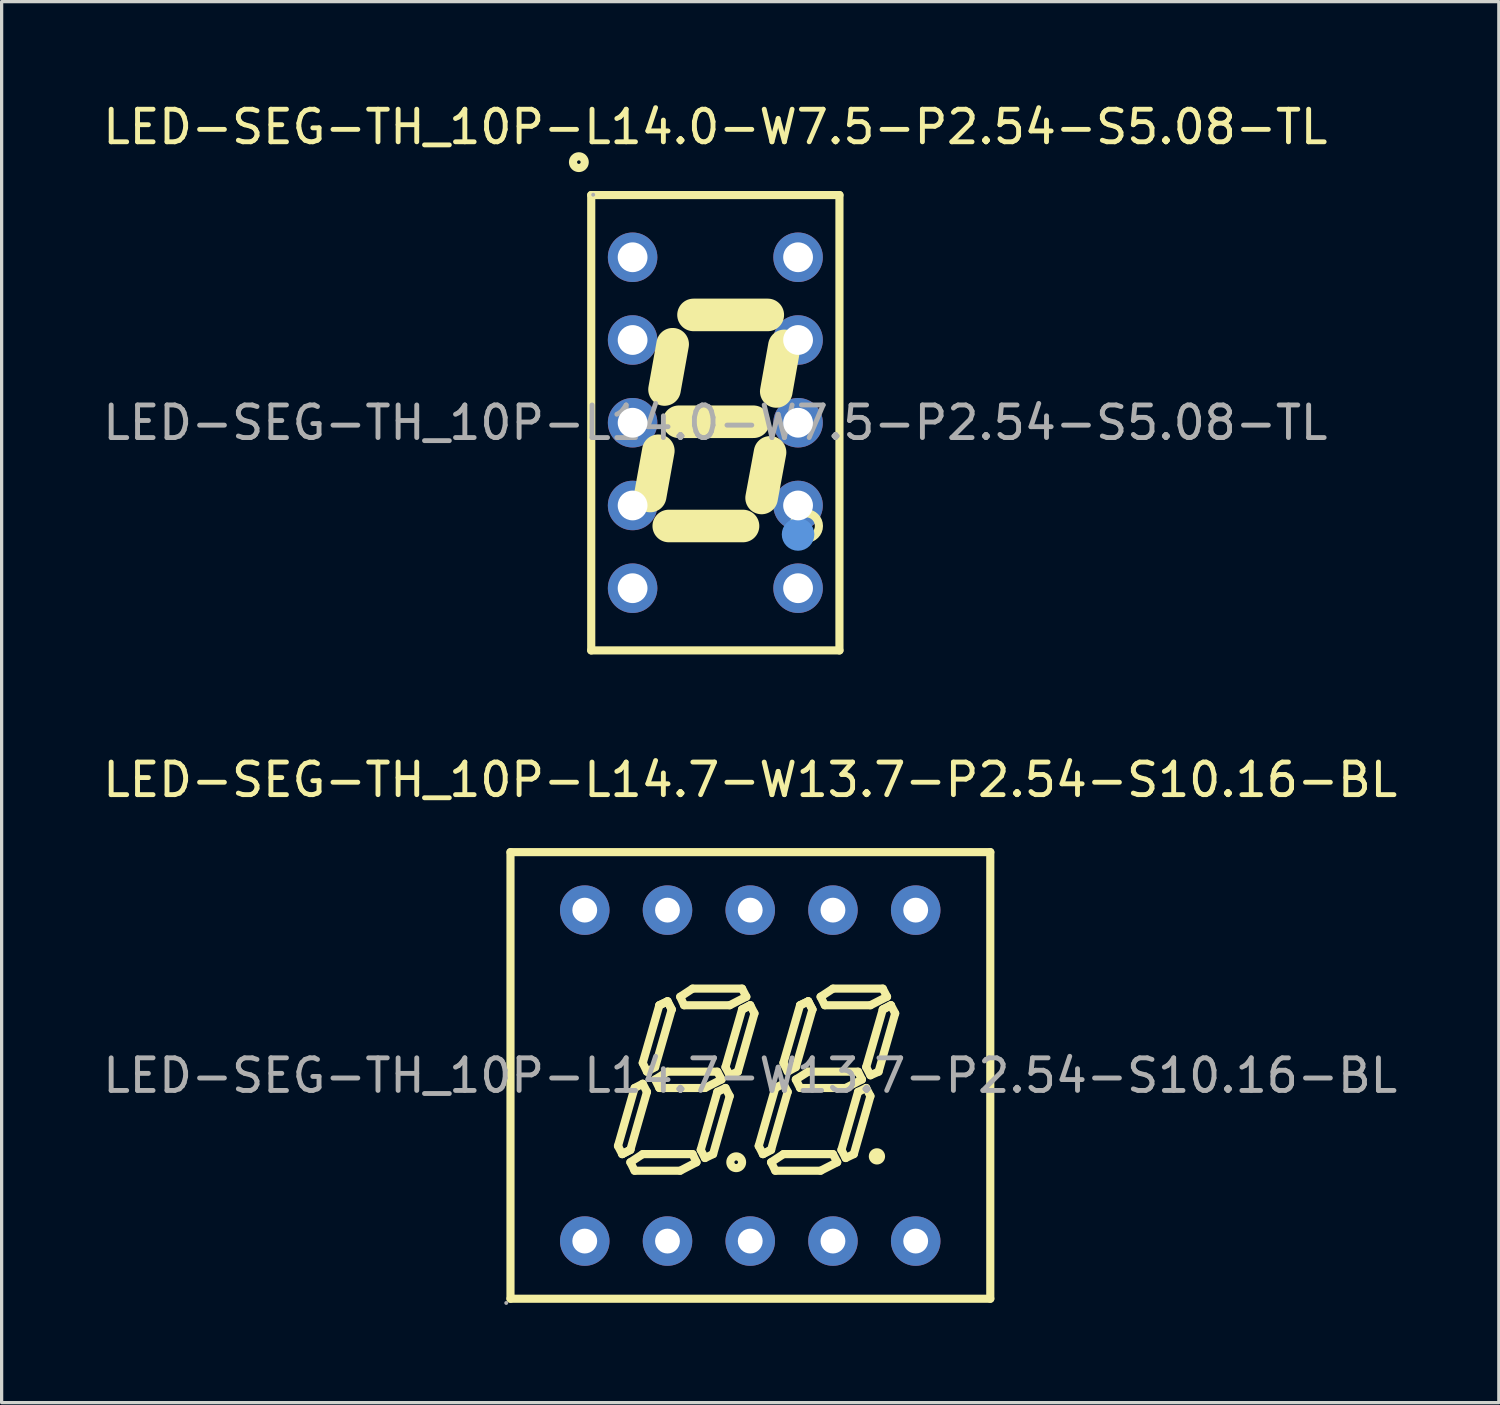
<source format=kicad_pcb>
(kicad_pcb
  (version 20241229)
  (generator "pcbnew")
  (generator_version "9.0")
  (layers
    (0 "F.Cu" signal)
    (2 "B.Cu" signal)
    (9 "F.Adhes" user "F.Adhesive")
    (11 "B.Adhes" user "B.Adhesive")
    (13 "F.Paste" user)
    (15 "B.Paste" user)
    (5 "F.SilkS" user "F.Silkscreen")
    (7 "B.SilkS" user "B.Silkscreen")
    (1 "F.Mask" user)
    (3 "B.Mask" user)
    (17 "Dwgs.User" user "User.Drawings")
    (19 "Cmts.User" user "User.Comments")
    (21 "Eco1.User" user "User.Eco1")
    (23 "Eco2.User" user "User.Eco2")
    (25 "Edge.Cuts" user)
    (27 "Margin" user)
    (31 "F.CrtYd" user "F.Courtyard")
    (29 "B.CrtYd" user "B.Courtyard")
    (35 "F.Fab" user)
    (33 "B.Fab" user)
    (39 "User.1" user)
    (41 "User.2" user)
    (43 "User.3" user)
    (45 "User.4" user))
  (footprint "LED-SEG-TH_10P-L14.0-W7.5-P2.54-S5.08-TL"
    (layer "F.Cu")
    (at 18.911 9.928)
    (property "Reference" "LED-SEG-TH_10P-L14.0-W7.5-P2.54-S5.08-TL" (at 0 -9.08 0) (layer "F.SilkS") (effects (font (size 1 1) (thickness 0.15))))
    (attr through_hole)
    (fp_line (start -3.81 -6.99) (end 3.81 -6.99) (stroke (width 0.25) (type solid)) (layer "F.SilkS"))
    (fp_line (start -3.81 6.99) (end -3.81 -6.99) (stroke (width 0.25) (type solid)) (layer "F.SilkS"))
    (fp_line (start -1.75 0.86) (end -2 2.25) (stroke (width 1) (type solid)) (layer "F.SilkS"))
    (fp_line (start -1.43 3.17) (end 0.85 3.17) (stroke (width 1) (type solid)) (layer "F.SilkS"))
    (fp_line (start -1.31 -2.41) (end -1.56 -1.02) (stroke (width 1) (type solid)) (layer "F.SilkS"))
    (fp_line (start -1.12 -0.03) (end 1.17 -0.03) (stroke (width 1) (type solid)) (layer "F.SilkS"))
    (fp_line (start -0.67 -3.31) (end 1.61 -3.31) (stroke (width 1) (type solid)) (layer "F.SilkS"))
    (fp_line (start 1.68 0.91) (end 1.42 2.31) (stroke (width 1) (type solid)) (layer "F.SilkS"))
    (fp_line (start 2.12 -2.36) (end 1.87 -0.96) (stroke (width 1) (type solid)) (layer "F.SilkS"))
    (fp_line (start 3.81 -6.99) (end 3.81 6.99) (stroke (width 0.25) (type solid)) (layer "F.SilkS"))
    (fp_line (start 3.81 6.99) (end -3.81 6.99) (stroke (width 0.25) (type solid)) (layer "F.SilkS"))
    (fp_circle (center -4.19 -8) (end -4.01 -8) (stroke (width 0.25) (type solid)) (fill no) (layer "F.SilkS"))
    (fp_circle (center 2.79 3.17) (end 3.18 3.17) (stroke (width 0.25) (type solid)) (fill no) (layer "F.SilkS"))
    (fp_circle (center 2.54 3.43) (end 2.79 3.43) (stroke (width 0.5) (type solid)) (fill no) (layer "Cmts.User"))
    (fp_circle (center -3.75 -7) (end -3.72 -7) (stroke (width 0.06) (type solid)) (fill no) (layer "F.Fab"))
    (fp_circle (center -2.54 -5.08) (end -2.43 -5.08) (stroke (width 0.22) (type solid)) (fill no) (layer "F.Fab"))
    (fp_circle (center -2.54 -2.54) (end -2.43 -2.54) (stroke (width 0.22) (type solid)) (fill no) (layer "F.Fab"))
    (fp_circle (center -2.54 0) (end -2.43 0) (stroke (width 0.22) (type solid)) (fill no) (layer "F.Fab"))
    (fp_circle (center -2.54 2.54) (end -2.43 2.54) (stroke (width 0.22) (type solid)) (fill no) (layer "F.Fab"))
    (fp_circle (center -2.54 5.08) (end -2.43 5.08) (stroke (width 0.22) (type solid)) (fill no) (layer "F.Fab"))
    (fp_circle (center 2.54 -5.08) (end 2.65 -5.08) (stroke (width 0.22) (type solid)) (fill no) (layer "F.Fab"))
    (fp_circle (center 2.54 -2.54) (end 2.65 -2.54) (stroke (width 0.22) (type solid)) (fill no) (layer "F.Fab"))
    (fp_circle (center 2.54 0) (end 2.65 0) (stroke (width 0.22) (type solid)) (fill no) (layer "F.Fab"))
    (fp_circle (center 2.54 2.54) (end 2.65 2.54) (stroke (width 0.22) (type solid)) (fill no) (layer "F.Fab"))
    (fp_circle (center 2.54 5.08) (end 2.65 5.08) (stroke (width 0.22) (type solid)) (fill no) (layer "F.Fab"))
    (fp_text user "${REFERENCE}" (at 0 0 0) (layer "F.Fab") (effects (font (size 1 1) (thickness 0.15))))
    (pad "1" thru_hole circle (at -2.54 -5.08 270) (size 1.52 1.52) (drill 0.914) (layers "*.Cu" "*.Paste" "*.Mask"))
    (pad "2" thru_hole circle (at -2.54 -2.54 270) (size 1.52 1.52) (drill 0.914) (layers "*.Cu" "*.Paste" "*.Mask"))
    (pad "3" thru_hole circle (at -2.54 0 270) (size 1.52 1.52) (drill 0.914) (layers "*.Cu" "*.Paste" "*.Mask"))
    (pad "4" thru_hole circle (at -2.54 2.54 270) (size 1.52 1.52) (drill 0.914) (layers "*.Cu" "*.Paste" "*.Mask"))
    (pad "5" thru_hole circle (at -2.54 5.08 270) (size 1.52 1.52) (drill 0.914) (layers "*.Cu" "*.Paste" "*.Mask"))
    (pad "6" thru_hole circle (at 2.54 5.08 270) (size 1.52 1.52) (drill 0.914) (layers "*.Cu" "*.Paste" "*.Mask"))
    (pad "7" thru_hole circle (at 2.54 2.54 270) (size 1.52 1.52) (drill 0.914) (layers "*.Cu" "*.Paste" "*.Mask"))
    (pad "8" thru_hole circle (at 2.54 0 270) (size 1.52 1.52) (drill 0.914) (layers "*.Cu" "*.Paste" "*.Mask"))
    (pad "9" thru_hole circle (at 2.54 -2.54 270) (size 1.52 1.52) (drill 0.914) (layers "*.Cu" "*.Paste" "*.Mask"))
    (pad "10" thru_hole circle (at 2.54 -5.08 270) (size 1.52 1.52) (drill 0.914) (layers "*.Cu" "*.Paste" "*.Mask")))
  (footprint "LED-SEG-TH_10P-L14.7-W13.7-P2.54-S10.16-BL"
    (layer "F.Cu")
    (at 19.982 29.971)
    (property "Reference" "LED-SEG-TH_10P-L14.7-W13.7-P2.54-S10.16-BL" (at 0 -9.08 0) (layer "F.SilkS") (effects (font (size 1 1) (thickness 0.15))))
    (attr through_hole)
    (fp_line (start -7.36 -6.86) (end -7.36 6.85) (stroke (width 0.25) (type solid)) (layer "F.SilkS"))
    (fp_line (start -7.36 6.85) (end 7.37 6.85) (stroke (width 0.25) (type solid)) (layer "F.SilkS"))
    (fp_line (start -4.06 2.16) (end -3.93 2.41) (stroke (width 0.25) (type solid)) (layer "F.SilkS"))
    (fp_line (start -3.93 2.41) (end -3.68 2.28) (stroke (width 0.25) (type solid)) (layer "F.SilkS"))
    (fp_line (start -3.93 2.41) (end -3.68 2.28) (stroke (width 0.25) (type solid)) (layer "F.SilkS"))
    (fp_line (start -3.68 2.28) (end -3.17 0.5) (stroke (width 0.25) (type solid)) (layer "F.SilkS"))
    (fp_line (start -3.68 2.66) (end -3.3 2.41) (stroke (width 0.25) (type solid)) (layer "F.SilkS"))
    (fp_line (start -3.55 0.38) (end -4.06 2.16) (stroke (width 0.25) (type solid)) (layer "F.SilkS"))
    (fp_line (start -3.55 2.92) (end -3.68 2.66) (stroke (width 0.25) (type solid)) (layer "F.SilkS"))
    (fp_line (start -3.3 -0.39) (end -3.17 -0.12) (stroke (width 0.25) (type solid)) (layer "F.SilkS"))
    (fp_line (start -3.3 0.25) (end -3.55 0.38) (stroke (width 0.25) (type solid)) (layer "F.SilkS"))
    (fp_line (start -3.3 2.41) (end -1.77 2.41) (stroke (width 0.25) (type solid)) (layer "F.SilkS"))
    (fp_line (start -3.17 -0.12) (end -2.92 -0.26) (stroke (width 0.25) (type solid)) (layer "F.SilkS"))
    (fp_line (start -3.17 0.5) (end -3.3 0.25) (stroke (width 0.25) (type solid)) (layer "F.SilkS"))
    (fp_line (start -2.92 -0.26) (end -2.41 -2.03) (stroke (width 0.25) (type solid)) (layer "F.SilkS"))
    (fp_line (start -2.92 0.12) (end -2.54 -0.12) (stroke (width 0.25) (type solid)) (layer "F.SilkS"))
    (fp_line (start -2.79 -2.16) (end -3.3 -0.39) (stroke (width 0.25) (type solid)) (layer "F.SilkS"))
    (fp_line (start -2.79 0.38) (end -2.92 0.12) (stroke (width 0.25) (type solid)) (layer "F.SilkS"))
    (fp_line (start -2.54 -2.28) (end -2.79 -2.16) (stroke (width 0.25) (type solid)) (layer "F.SilkS"))
    (fp_line (start -2.54 -2.28) (end -2.79 -2.16) (stroke (width 0.25) (type solid)) (layer "F.SilkS"))
    (fp_line (start -2.54 -0.12) (end -1.01 -0.12) (stroke (width 0.25) (type solid)) (layer "F.SilkS"))
    (fp_line (start -2.41 -2.03) (end -2.54 -2.28) (stroke (width 0.25) (type solid)) (layer "F.SilkS"))
    (fp_line (start -2.41 -2.03) (end -2.54 -2.28) (stroke (width 0.25) (type solid)) (layer "F.SilkS"))
    (fp_line (start -2.15 -2.42) (end -1.77 -2.67) (stroke (width 0.25) (type solid)) (layer "F.SilkS"))
    (fp_line (start -2.15 2.92) (end -3.55 2.92) (stroke (width 0.25) (type solid)) (layer "F.SilkS"))
    (fp_line (start -2.03 -2.16) (end -2.15 -2.42) (stroke (width 0.25) (type solid)) (layer "F.SilkS"))
    (fp_line (start -1.77 -2.67) (end -0.25 -2.67) (stroke (width 0.25) (type solid)) (layer "F.SilkS"))
    (fp_line (start -1.77 2.41) (end -1.65 2.66) (stroke (width 0.25) (type solid)) (layer "F.SilkS"))
    (fp_line (start -1.65 2.66) (end -2.15 2.92) (stroke (width 0.25) (type solid)) (layer "F.SilkS"))
    (fp_line (start -1.52 2.28) (end -1.39 2.53) (stroke (width 0.25) (type solid)) (layer "F.SilkS"))
    (fp_line (start -1.39 0.38) (end -2.79 0.38) (stroke (width 0.25) (type solid)) (layer "F.SilkS"))
    (fp_line (start -1.39 2.53) (end -1.14 2.41) (stroke (width 0.25) (type solid)) (layer "F.SilkS"))
    (fp_line (start -1.14 2.41) (end -0.63 0.63) (stroke (width 0.25) (type solid)) (layer "F.SilkS"))
    (fp_line (start -1.01 -0.12) (end -0.88 0.12) (stroke (width 0.25) (type solid)) (layer "F.SilkS"))
    (fp_line (start -1.01 0.5) (end -1.52 2.28) (stroke (width 0.25) (type solid)) (layer "F.SilkS"))
    (fp_line (start -0.88 0.12) (end -1.39 0.38) (stroke (width 0.25) (type solid)) (layer "F.SilkS"))
    (fp_line (start -0.76 -0.26) (end -0.63 -0.01) (stroke (width 0.25) (type solid)) (layer "F.SilkS"))
    (fp_line (start -0.76 0.38) (end -1.01 0.5) (stroke (width 0.25) (type solid)) (layer "F.SilkS"))
    (fp_line (start -0.63 -2.16) (end -2.03 -2.16) (stroke (width 0.25) (type solid)) (layer "F.SilkS"))
    (fp_line (start -0.63 -0.01) (end -0.38 -0.12) (stroke (width 0.25) (type solid)) (layer "F.SilkS"))
    (fp_line (start -0.63 0.63) (end -0.76 0.38) (stroke (width 0.25) (type solid)) (layer "F.SilkS"))
    (fp_line (start -0.38 -0.12) (end 0.13 -1.91) (stroke (width 0.25) (type solid)) (layer "F.SilkS"))
    (fp_line (start -0.25 -2.67) (end -0.12 -2.42) (stroke (width 0.25) (type solid)) (layer "F.SilkS"))
    (fp_line (start -0.25 -2.03) (end -0.76 -0.26) (stroke (width 0.25) (type solid)) (layer "F.SilkS"))
    (fp_line (start -0.25 -2.03) (end 0 -2.16) (stroke (width 0.25) (type solid)) (layer "F.SilkS"))
    (fp_line (start -0.12 -2.42) (end -0.63 -2.16) (stroke (width 0.25) (type solid)) (layer "F.SilkS"))
    (fp_line (start 0 -2.16) (end -0.25 -2.03) (stroke (width 0.25) (type solid)) (layer "F.SilkS"))
    (fp_line (start 0.13 -1.91) (end 0 -2.16) (stroke (width 0.25) (type solid)) (layer "F.SilkS"))
    (fp_line (start 0.26 2.16) (end 0.39 2.41) (stroke (width 0.25) (type solid)) (layer "F.SilkS"))
    (fp_line (start 0.39 2.41) (end 0.64 2.28) (stroke (width 0.25) (type solid)) (layer "F.SilkS"))
    (fp_line (start 0.39 2.41) (end 0.64 2.28) (stroke (width 0.25) (type solid)) (layer "F.SilkS"))
    (fp_line (start 0.64 2.28) (end 1.15 0.5) (stroke (width 0.25) (type solid)) (layer "F.SilkS"))
    (fp_line (start 0.64 2.66) (end 1.02 2.41) (stroke (width 0.25) (type solid)) (layer "F.SilkS"))
    (fp_line (start 0.77 0.38) (end 0.26 2.16) (stroke (width 0.25) (type solid)) (layer "F.SilkS"))
    (fp_line (start 0.77 2.92) (end 0.64 2.66) (stroke (width 0.25) (type solid)) (layer "F.SilkS"))
    (fp_line (start 1.02 -0.39) (end 1.15 -0.12) (stroke (width 0.25) (type solid)) (layer "F.SilkS"))
    (fp_line (start 1.02 0.25) (end 0.77 0.38) (stroke (width 0.25) (type solid)) (layer "F.SilkS"))
    (fp_line (start 1.02 2.41) (end 2.54 2.41) (stroke (width 0.25) (type solid)) (layer "F.SilkS"))
    (fp_line (start 1.15 -0.12) (end 1.4 -0.26) (stroke (width 0.25) (type solid)) (layer "F.SilkS"))
    (fp_line (start 1.15 0.5) (end 1.02 0.25) (stroke (width 0.25) (type solid)) (layer "F.SilkS"))
    (fp_line (start 1.4 -0.26) (end 1.91 -2.03) (stroke (width 0.25) (type solid)) (layer "F.SilkS"))
    (fp_line (start 1.4 0.12) (end 1.78 -0.12) (stroke (width 0.25) (type solid)) (layer "F.SilkS"))
    (fp_line (start 1.53 -2.16) (end 1.02 -0.39) (stroke (width 0.25) (type solid)) (layer "F.SilkS"))
    (fp_line (start 1.53 -2.16) (end 1.78 -2.28) (stroke (width 0.25) (type solid)) (layer "F.SilkS"))
    (fp_line (start 1.53 0.38) (end 1.4 0.12) (stroke (width 0.25) (type solid)) (layer "F.SilkS"))
    (fp_line (start 1.78 -2.28) (end 1.53 -2.16) (stroke (width 0.25) (type solid)) (layer "F.SilkS"))
    (fp_line (start 1.78 -2.28) (end 1.91 -2.03) (stroke (width 0.25) (type solid)) (layer "F.SilkS"))
    (fp_line (start 1.78 -0.12) (end 3.31 -0.12) (stroke (width 0.25) (type solid)) (layer "F.SilkS"))
    (fp_line (start 1.91 -2.03) (end 1.78 -2.28) (stroke (width 0.25) (type solid)) (layer "F.SilkS"))
    (fp_line (start 2.16 -2.42) (end 2.54 -2.67) (stroke (width 0.25) (type solid)) (layer "F.SilkS"))
    (fp_line (start 2.16 2.92) (end 0.77 2.92) (stroke (width 0.25) (type solid)) (layer "F.SilkS"))
    (fp_line (start 2.29 -2.16) (end 2.16 -2.42) (stroke (width 0.25) (type solid)) (layer "F.SilkS"))
    (fp_line (start 2.54 -2.67) (end 4.07 -2.67) (stroke (width 0.25) (type solid)) (layer "F.SilkS"))
    (fp_line (start 2.54 2.41) (end 2.67 2.66) (stroke (width 0.25) (type solid)) (layer "F.SilkS"))
    (fp_line (start 2.67 2.66) (end 2.16 2.92) (stroke (width 0.25) (type solid)) (layer "F.SilkS"))
    (fp_line (start 2.8 2.28) (end 2.93 2.53) (stroke (width 0.25) (type solid)) (layer "F.SilkS"))
    (fp_line (start 2.93 0.38) (end 1.53 0.38) (stroke (width 0.25) (type solid)) (layer "F.SilkS"))
    (fp_line (start 2.93 2.53) (end 3.18 2.41) (stroke (width 0.25) (type solid)) (layer "F.SilkS"))
    (fp_line (start 3.18 2.41) (end 3.69 0.63) (stroke (width 0.25) (type solid)) (layer "F.SilkS"))
    (fp_line (start 3.31 -0.12) (end 3.43 0.12) (stroke (width 0.25) (type solid)) (layer "F.SilkS"))
    (fp_line (start 3.31 0.5) (end 2.8 2.28) (stroke (width 0.25) (type solid)) (layer "F.SilkS"))
    (fp_line (start 3.43 0.12) (end 2.93 0.38) (stroke (width 0.25) (type solid)) (layer "F.SilkS"))
    (fp_line (start 3.56 -0.26) (end 4.07 -2.03) (stroke (width 0.25) (type solid)) (layer "F.SilkS"))
    (fp_line (start 3.56 0.38) (end 3.31 0.5) (stroke (width 0.25) (type solid)) (layer "F.SilkS"))
    (fp_line (start 3.69 -2.16) (end 2.29 -2.16) (stroke (width 0.25) (type solid)) (layer "F.SilkS"))
    (fp_line (start 3.69 -0.01) (end 3.56 -0.26) (stroke (width 0.25) (type solid)) (layer "F.SilkS"))
    (fp_line (start 3.69 0.63) (end 3.56 0.38) (stroke (width 0.25) (type solid)) (layer "F.SilkS"))
    (fp_line (start 3.94 -0.12) (end 3.69 -0.01) (stroke (width 0.25) (type solid)) (layer "F.SilkS"))
    (fp_line (start 4.07 -2.67) (end 4.2 -2.42) (stroke (width 0.25) (type solid)) (layer "F.SilkS"))
    (fp_line (start 4.07 -2.03) (end 4.32 -2.16) (stroke (width 0.25) (type solid)) (layer "F.SilkS"))
    (fp_line (start 4.2 -2.42) (end 3.69 -2.16) (stroke (width 0.25) (type solid)) (layer "F.SilkS"))
    (fp_line (start 4.32 -2.16) (end 4.07 -2.03) (stroke (width 0.25) (type solid)) (layer "F.SilkS"))
    (fp_line (start 4.32 -2.16) (end 4.45 -1.91) (stroke (width 0.25) (type solid)) (layer "F.SilkS"))
    (fp_line (start 4.45 -1.91) (end 3.94 -0.12) (stroke (width 0.25) (type solid)) (layer "F.SilkS"))
    (fp_line (start 7.37 -6.86) (end -7.36 -6.86) (stroke (width 0.25) (type solid)) (layer "F.SilkS"))
    (fp_line (start 7.37 6.85) (end 7.37 -6.86) (stroke (width 0.25) (type solid)) (layer "F.SilkS"))
    (fp_arc (start -0.42 2.48) (mid -0.435001 2.840208) (end -0.430001 2.479722) (stroke (width 0.25) (type solid)) (layer "F.SilkS"))
    (fp_arc (start 3.89 2.48) (mid 3.89 2.48) (end 3.89 2.48) (stroke (width 0.25) (type solid)) (layer "F.SilkS"))
    (fp_circle (center -7.49 6.98) (end -7.46 6.98) (stroke (width 0.06) (type solid)) (fill no) (layer "F.Fab"))
    (fp_circle (center -5.08 -5.08) (end -4.94 -5.08) (stroke (width 0.28) (type solid)) (fill no) (layer "F.Fab"))
    (fp_circle (center -5.08 5.08) (end -4.94 5.08) (stroke (width 0.28) (type solid)) (fill no) (layer "F.Fab"))
    (fp_circle (center -2.54 -5.08) (end -2.4 -5.08) (stroke (width 0.28) (type solid)) (fill no) (layer "F.Fab"))
    (fp_circle (center -2.54 5.08) (end -2.4 5.08) (stroke (width 0.28) (type solid)) (fill no) (layer "F.Fab"))
    (fp_circle (center 0 -5.08) (end 0.14 -5.08) (stroke (width 0.28) (type solid)) (fill no) (layer "F.Fab"))
    (fp_circle (center 0 5.08) (end 0.14 5.08) (stroke (width 0.28) (type solid)) (fill no) (layer "F.Fab"))
    (fp_circle (center 2.54 -5.08) (end 2.68 -5.08) (stroke (width 0.28) (type solid)) (fill no) (layer "F.Fab"))
    (fp_circle (center 2.54 5.08) (end 2.68 5.08) (stroke (width 0.28) (type solid)) (fill no) (layer "F.Fab"))
    (fp_circle (center 5.08 -5.08) (end 5.22 -5.08) (stroke (width 0.28) (type solid)) (fill no) (layer "F.Fab"))
    (fp_circle (center 5.08 5.08) (end 5.22 5.08) (stroke (width 0.28) (type solid)) (fill no) (layer "F.Fab"))
    (fp_text user "${REFERENCE}" (at 0 0 0) (layer "F.Fab") (effects (font (size 1 1) (thickness 0.15))))
    (pad "1" thru_hole circle (at -5.08 5.08 270) (size 1.52 1.52) (drill 0.762) (layers "*.Cu" "*.Paste" "*.Mask"))
    (pad "2" thru_hole circle (at -2.54 5.08 270) (size 1.52 1.52) (drill 0.762) (layers "*.Cu" "*.Paste" "*.Mask"))
    (pad "3" thru_hole circle (at 0 5.08 270) (size 1.52 1.52) (drill 0.762) (layers "*.Cu" "*.Paste" "*.Mask"))
    (pad "4" thru_hole circle (at 2.54 5.08 270) (size 1.52 1.52) (drill 0.762) (layers "*.Cu" "*.Paste" "*.Mask"))
    (pad "5" thru_hole circle (at 5.08 5.08 270) (size 1.52 1.52) (drill 0.762) (layers "*.Cu" "*.Paste" "*.Mask"))
    (pad "6" thru_hole circle (at 5.08 -5.08 270) (size 1.52 1.52) (drill 0.762) (layers "*.Cu" "*.Paste" "*.Mask"))
    (pad "7" thru_hole circle (at 2.54 -5.08 180) (size 1.52 1.52) (drill 0.762) (layers "*.Cu" "*.Paste" "*.Mask"))
    (pad "8" thru_hole circle (at 0 -5.08 180) (size 1.52 1.52) (drill 0.762) (layers "*.Cu" "*.Paste" "*.Mask"))
    (pad "9" thru_hole circle (at -2.54 -5.08 180) (size 1.52 1.52) (drill 0.762) (layers "*.Cu" "*.Paste" "*.Mask"))
    (pad "10" thru_hole circle (at -5.08 -5.08 270) (size 1.52 1.52) (drill 0.762) (layers "*.Cu" "*.Paste" "*.Mask")))
  (gr_rect
    (start -3 -3)
    (end 42.964 40.011)
    (stroke (width 0.1) (type default))
    (fill no)
    (layer "Edge.Cuts")))
</source>
